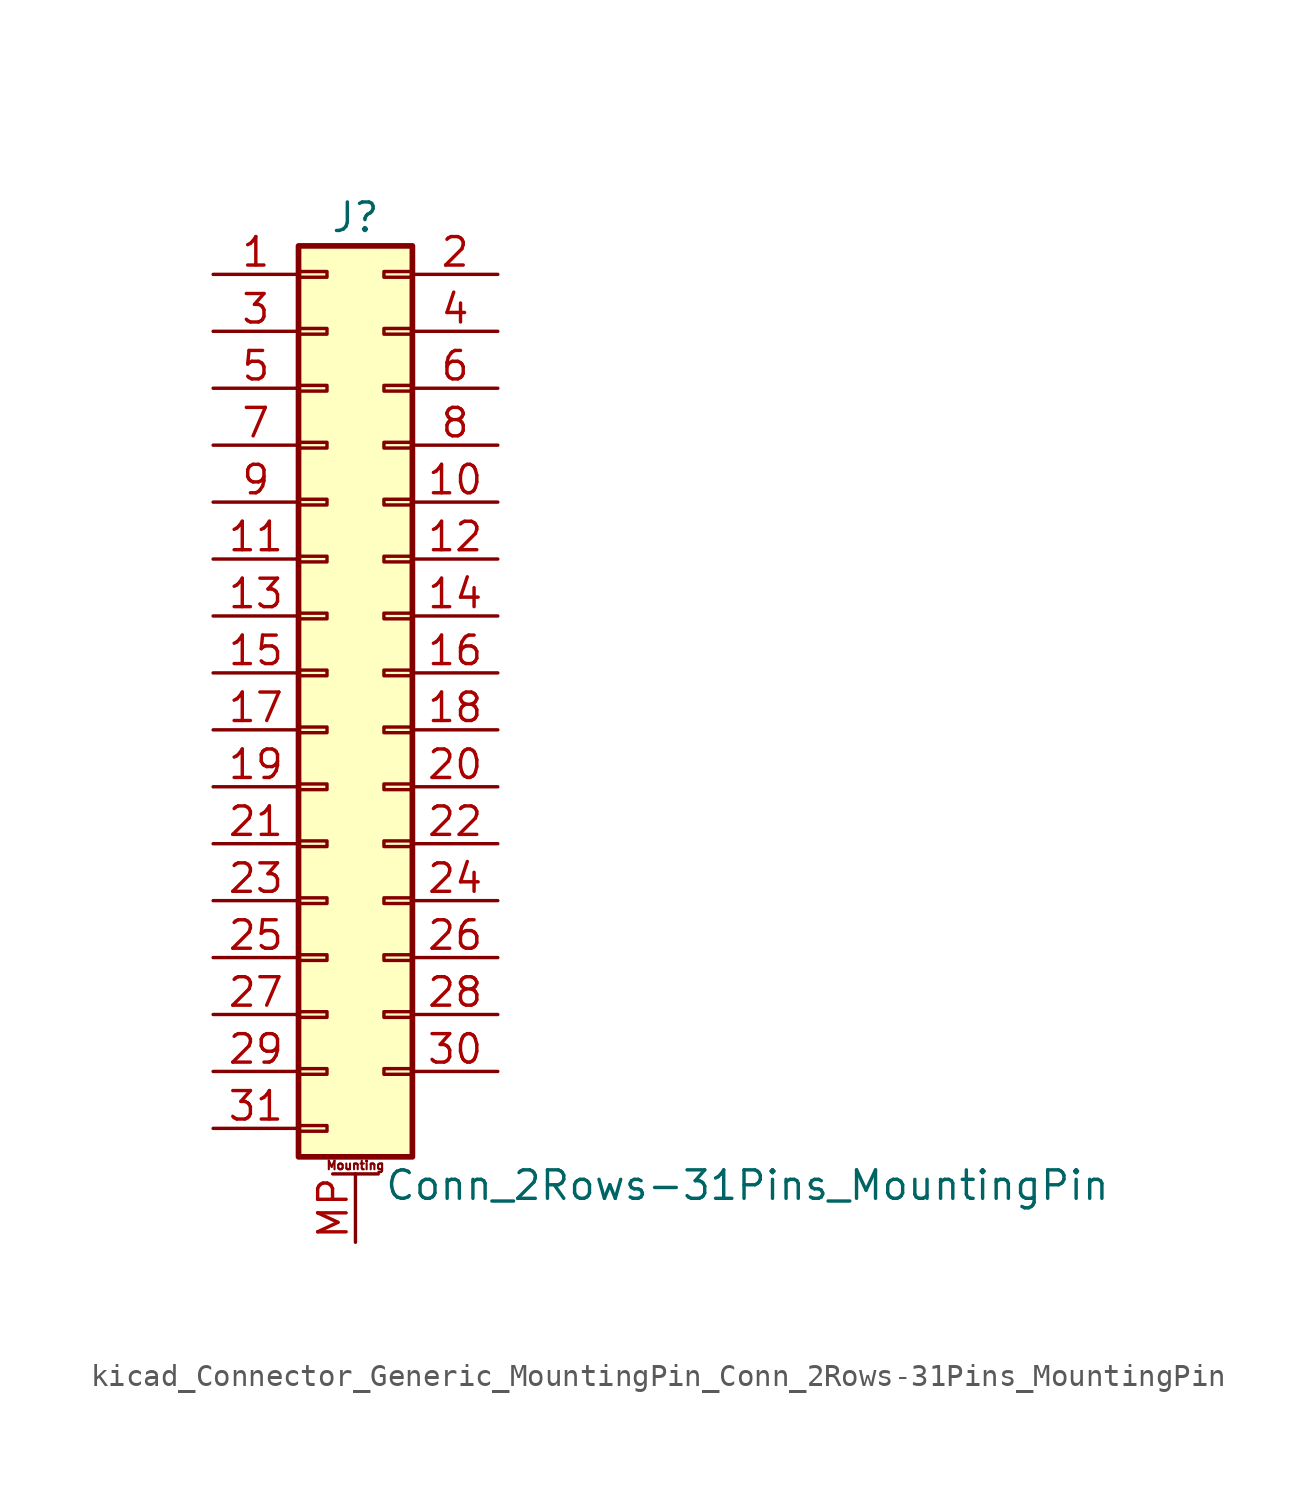
<source format=kicad_sym>
(kicad_symbol_lib
  (version 20220914)
  (generator kicad_symbol_editor)
  (symbol "kicad_Connector_Generic_MountingPin_Conn_2Rows-31Pins_MountingPin"
    (pin_names
      (offset 1.016) hide)
    (property "Reference" "J"
      (at 1.27 20.32 0)
      (effects (font (size 1.27 1.27))))
    (property "Value" "Conn_2Rows-31Pins_MountingPin"
      (at 2.54 -22.86 0)
      (effects (font (size 1.27 1.27)) (justify left)))
    (symbol "kicad_Connector_Generic_MountingPin_Conn_2Rows-31Pins_MountingPin_1_1"
      (rectangle (start -1.27 -20.193) (end 0 -20.447) (stroke (width 0.152) (type default)) (fill (type none)))
      (rectangle (start -1.27 -17.653) (end 0 -17.907) (stroke (width 0.152) (type default)) (fill (type none)))
      (rectangle (start -1.27 -15.113) (end 0 -15.367) (stroke (width 0.152) (type default)) (fill (type none)))
      (rectangle (start -1.27 -12.573) (end 0 -12.827) (stroke (width 0.152) (type default)) (fill (type none)))
      (rectangle (start -1.27 -10.033) (end 0 -10.287) (stroke (width 0.152) (type default)) (fill (type none)))
      (rectangle (start -1.27 -7.493) (end 0 -7.747) (stroke (width 0.152) (type default)) (fill (type none)))
      (rectangle (start -1.27 -4.953) (end 0 -5.207) (stroke (width 0.152) (type default)) (fill (type none)))
      (rectangle (start -1.27 -2.413) (end 0 -2.667) (stroke (width 0.152) (type default)) (fill (type none)))
      (rectangle (start -1.27 0.127) (end 0 -0.127) (stroke (width 0.152) (type default)) (fill (type none)))
      (rectangle (start -1.27 2.667) (end 0 2.413) (stroke (width 0.152) (type default)) (fill (type none)))
      (rectangle (start -1.27 5.207) (end 0 4.953) (stroke (width 0.152) (type default)) (fill (type none)))
      (rectangle (start -1.27 7.747) (end 0 7.493) (stroke (width 0.152) (type default)) (fill (type none)))
      (rectangle (start -1.27 10.287) (end 0 10.033) (stroke (width 0.152) (type default)) (fill (type none)))
      (rectangle (start -1.27 12.827) (end 0 12.573) (stroke (width 0.152) (type default)) (fill (type none)))
      (rectangle (start -1.27 15.367) (end 0 15.113) (stroke (width 0.152) (type default)) (fill (type none)))
      (rectangle (start -1.27 17.907) (end 0 17.653) (stroke (width 0.152) (type default)) (fill (type none)))
      (rectangle (start -1.27 19.05) (end 3.81 -21.59) (stroke (width 0.254) (type default)) (fill (type background)))
      (polyline (pts (xy 0.254 -22.352) (xy 2.286 -22.352)) (stroke (width 0.152) (type default)) (fill (type none)))
      (rectangle (start 3.81 -17.653) (end 2.54 -17.907) (stroke (width 0.152) (type default)) (fill (type none)))
      (rectangle (start 3.81 -15.113) (end 2.54 -15.367) (stroke (width 0.152) (type default)) (fill (type none)))
      (rectangle (start 3.81 -12.573) (end 2.54 -12.827) (stroke (width 0.152) (type default)) (fill (type none)))
      (rectangle (start 3.81 -10.033) (end 2.54 -10.287) (stroke (width 0.152) (type default)) (fill (type none)))
      (rectangle (start 3.81 -7.493) (end 2.54 -7.747) (stroke (width 0.152) (type default)) (fill (type none)))
      (rectangle (start 3.81 -4.953) (end 2.54 -5.207) (stroke (width 0.152) (type default)) (fill (type none)))
      (rectangle (start 3.81 -2.413) (end 2.54 -2.667) (stroke (width 0.152) (type default)) (fill (type none)))
      (rectangle (start 3.81 0.127) (end 2.54 -0.127) (stroke (width 0.152) (type default)) (fill (type none)))
      (rectangle (start 3.81 2.667) (end 2.54 2.413) (stroke (width 0.152) (type default)) (fill (type none)))
      (rectangle (start 3.81 5.207) (end 2.54 4.953) (stroke (width 0.152) (type default)) (fill (type none)))
      (rectangle (start 3.81 7.747) (end 2.54 7.493) (stroke (width 0.152) (type default)) (fill (type none)))
      (rectangle (start 3.81 10.287) (end 2.54 10.033) (stroke (width 0.152) (type default)) (fill (type none)))
      (rectangle (start 3.81 12.827) (end 2.54 12.573) (stroke (width 0.152) (type default)) (fill (type none)))
      (rectangle (start 3.81 15.367) (end 2.54 15.113) (stroke (width 0.152) (type default)) (fill (type none)))
      (rectangle (start 3.81 17.907) (end 2.54 17.653) (stroke (width 0.152) (type default)) (fill (type none)))
      (text "Mounting" (at 1.27 -21.971 0) (effects (font (size 0.381 0.381))))
      (pin passive line (at -5.08 17.78 0) (length 3.81) (name "Pin_1" (effects (font (size 1.27 1.27)))) (number "1" (effects (font (size 1.27 1.27)))))
      (pin passive line (at 7.62 7.62 180) (length 3.81) (name "Pin_10" (effects (font (size 1.27 1.27)))) (number "10" (effects (font (size 1.27 1.27)))))
      (pin passive line (at -5.08 5.08 0) (length 3.81) (name "Pin_11" (effects (font (size 1.27 1.27)))) (number "11" (effects (font (size 1.27 1.27)))))
      (pin passive line (at 7.62 5.08 180) (length 3.81) (name "Pin_12" (effects (font (size 1.27 1.27)))) (number "12" (effects (font (size 1.27 1.27)))))
      (pin passive line (at -5.08 2.54 0) (length 3.81) (name "Pin_13" (effects (font (size 1.27 1.27)))) (number "13" (effects (font (size 1.27 1.27)))))
      (pin passive line (at 7.62 2.54 180) (length 3.81) (name "Pin_14" (effects (font (size 1.27 1.27)))) (number "14" (effects (font (size 1.27 1.27)))))
      (pin passive line (at -5.08 0 0) (length 3.81) (name "Pin_15" (effects (font (size 1.27 1.27)))) (number "15" (effects (font (size 1.27 1.27)))))
      (pin passive line (at 7.62 0 180) (length 3.81) (name "Pin_16" (effects (font (size 1.27 1.27)))) (number "16" (effects (font (size 1.27 1.27)))))
      (pin passive line (at -5.08 -2.54 0) (length 3.81) (name "Pin_17" (effects (font (size 1.27 1.27)))) (number "17" (effects (font (size 1.27 1.27)))))
      (pin passive line (at 7.62 -2.54 180) (length 3.81) (name "Pin_18" (effects (font (size 1.27 1.27)))) (number "18" (effects (font (size 1.27 1.27)))))
      (pin passive line (at -5.08 -5.08 0) (length 3.81) (name "Pin_19" (effects (font (size 1.27 1.27)))) (number "19" (effects (font (size 1.27 1.27)))))
      (pin passive line (at 7.62 17.78 180) (length 3.81) (name "Pin_2" (effects (font (size 1.27 1.27)))) (number "2" (effects (font (size 1.27 1.27)))))
      (pin passive line (at 7.62 -5.08 180) (length 3.81) (name "Pin_20" (effects (font (size 1.27 1.27)))) (number "20" (effects (font (size 1.27 1.27)))))
      (pin passive line (at -5.08 -7.62 0) (length 3.81) (name "Pin_21" (effects (font (size 1.27 1.27)))) (number "21" (effects (font (size 1.27 1.27)))))
      (pin passive line (at 7.62 -7.62 180) (length 3.81) (name "Pin_22" (effects (font (size 1.27 1.27)))) (number "22" (effects (font (size 1.27 1.27)))))
      (pin passive line (at -5.08 -10.16 0) (length 3.81) (name "Pin_23" (effects (font (size 1.27 1.27)))) (number "23" (effects (font (size 1.27 1.27)))))
      (pin passive line (at 7.62 -10.16 180) (length 3.81) (name "Pin_24" (effects (font (size 1.27 1.27)))) (number "24" (effects (font (size 1.27 1.27)))))
      (pin passive line (at -5.08 -12.7 0) (length 3.81) (name "Pin_25" (effects (font (size 1.27 1.27)))) (number "25" (effects (font (size 1.27 1.27)))))
      (pin passive line (at 7.62 -12.7 180) (length 3.81) (name "Pin_26" (effects (font (size 1.27 1.27)))) (number "26" (effects (font (size 1.27 1.27)))))
      (pin passive line (at -5.08 -15.24 0) (length 3.81) (name "Pin_27" (effects (font (size 1.27 1.27)))) (number "27" (effects (font (size 1.27 1.27)))))
      (pin passive line (at 7.62 -15.24 180) (length 3.81) (name "Pin_28" (effects (font (size 1.27 1.27)))) (number "28" (effects (font (size 1.27 1.27)))))
      (pin passive line (at -5.08 -17.78 0) (length 3.81) (name "Pin_29" (effects (font (size 1.27 1.27)))) (number "29" (effects (font (size 1.27 1.27)))))
      (pin passive line (at -5.08 15.24 0) (length 3.81) (name "Pin_3" (effects (font (size 1.27 1.27)))) (number "3" (effects (font (size 1.27 1.27)))))
      (pin passive line (at 7.62 -17.78 180) (length 3.81) (name "Pin_30" (effects (font (size 1.27 1.27)))) (number "30" (effects (font (size 1.27 1.27)))))
      (pin passive line (at -5.08 -20.32 0) (length 3.81) (name "Pin_31" (effects (font (size 1.27 1.27)))) (number "31" (effects (font (size 1.27 1.27)))))
      (pin passive line (at 7.62 15.24 180) (length 3.81) (name "Pin_4" (effects (font (size 1.27 1.27)))) (number "4" (effects (font (size 1.27 1.27)))))
      (pin passive line (at -5.08 12.7 0) (length 3.81) (name "Pin_5" (effects (font (size 1.27 1.27)))) (number "5" (effects (font (size 1.27 1.27)))))
      (pin passive line (at 7.62 12.7 180) (length 3.81) (name "Pin_6" (effects (font (size 1.27 1.27)))) (number "6" (effects (font (size 1.27 1.27)))))
      (pin passive line (at -5.08 10.16 0) (length 3.81) (name "Pin_7" (effects (font (size 1.27 1.27)))) (number "7" (effects (font (size 1.27 1.27)))))
      (pin passive line (at 7.62 10.16 180) (length 3.81) (name "Pin_8" (effects (font (size 1.27 1.27)))) (number "8" (effects (font (size 1.27 1.27)))))
      (pin passive line (at -5.08 7.62 0) (length 3.81) (name "Pin_9" (effects (font (size 1.27 1.27)))) (number "9" (effects (font (size 1.27 1.27)))))
      (pin passive line (at 1.27 -25.4 90) (length 3.048) (name "MountPin" (effects (font (size 1.27 1.27)))) (number "MP" (effects (font (size 1.27 1.27))))))))
</source>
